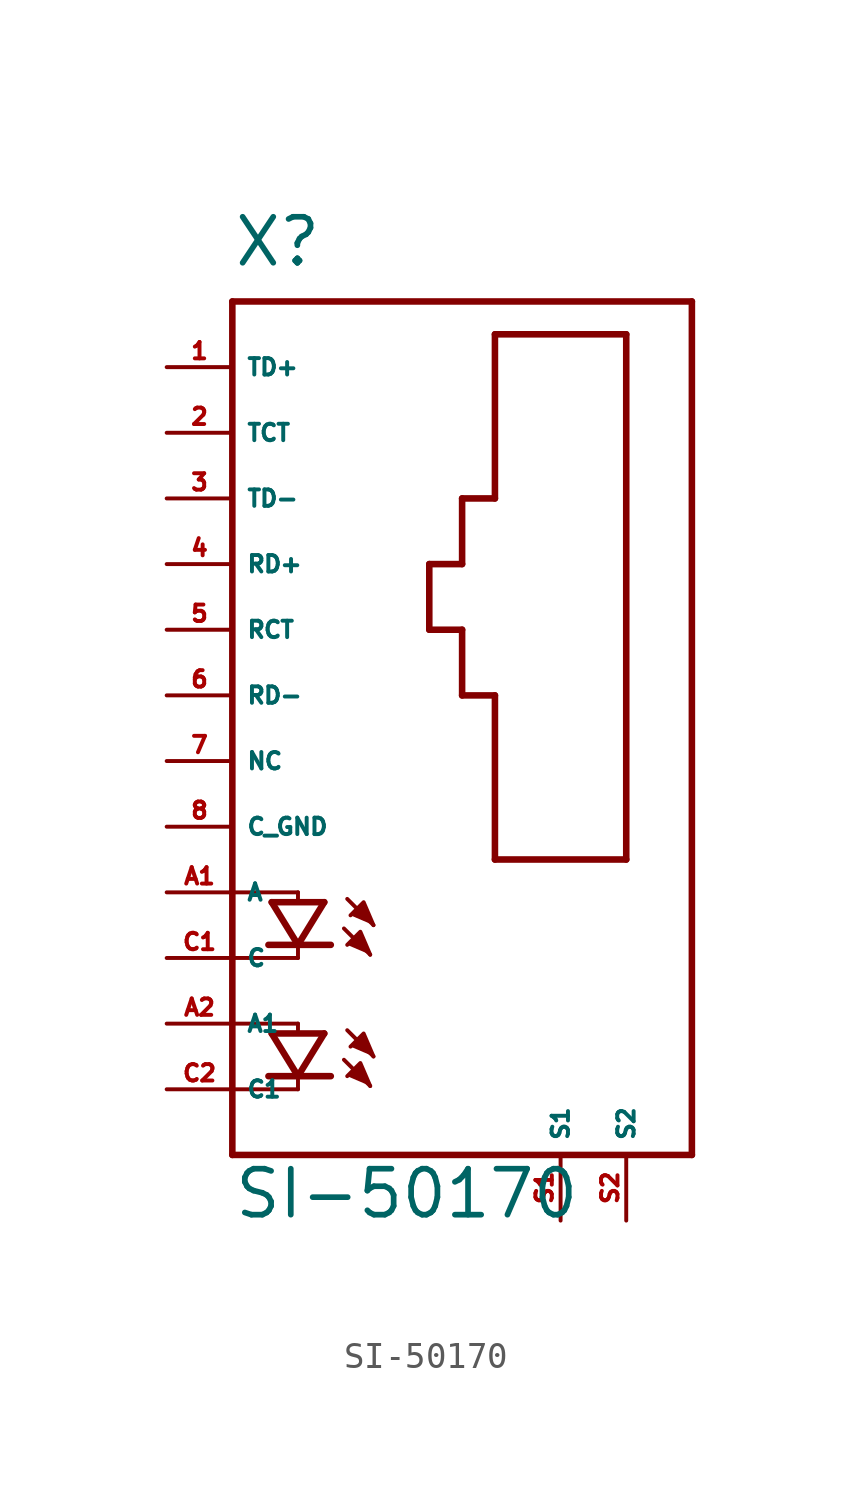
<source format=kicad_sym>
(kicad_symbol_lib
  (version 20220914)
  (generator Eagle2Kicad)
  (symbol "SI-50170"
    (property "Reference" "X"
      (at -7.62 19.05 0)
      (effects (font (size 1.778 1.778) (thickness 0.22)) (justify left bottom)))
    (property "Value" "SI-50170"
      (at -7.62 -17.78 0)
      (effects (font (size 1.778 1.778) (thickness 0.22)) (justify left bottom)))
    (polyline
      (pts (xy -2.159 -6.35) (xy -2.54 -5.461) (xy -3.048 -5.969))
      (stroke (width 0.152) (type default))
      (fill (type outline)))
    (polyline
      (pts (xy -2.286 -7.493) (xy -2.667 -6.604) (xy -3.175 -7.112))
      (stroke (width 0.152) (type default))
      (fill (type outline)))
    (polyline
      (pts (xy -2.159 -11.43) (xy -2.54 -10.541) (xy -3.048 -11.049))
      (stroke (width 0.152) (type default))
      (fill (type outline)))
    (polyline
      (pts (xy -2.286 -12.573) (xy -2.667 -11.684) (xy -3.175 -12.192))
      (stroke (width 0.152) (type default))
      (fill (type outline)))
    (polyline
      (pts (xy -7.62 17.78) (xy -7.62 -5.08))
      (stroke (width 0.254) (type default))
      (fill (type none)))
    (polyline
      (pts (xy -7.62 -5.08) (xy -7.62 -7.62))
      (stroke (width 0.254) (type default))
      (fill (type none)))
    (polyline
      (pts (xy -7.62 -7.62) (xy -7.62 -15.24))
      (stroke (width 0.254) (type default))
      (fill (type none)))
    (polyline
      (pts (xy -7.62 -15.24) (xy 10.16 -15.24))
      (stroke (width 0.254) (type default))
      (fill (type none)))
    (polyline
      (pts (xy 10.16 -15.24) (xy 10.16 17.78))
      (stroke (width 0.254) (type default))
      (fill (type none)))
    (polyline
      (pts (xy 10.16 17.78) (xy -7.62 17.78))
      (stroke (width 0.254) (type default))
      (fill (type none)))
    (polyline
      (pts (xy 7.62 -3.81) (xy 7.62 16.51))
      (stroke (width 0.254) (type default))
      (fill (type none)))
    (polyline
      (pts (xy 7.62 16.51) (xy 2.54 16.51))
      (stroke (width 0.254) (type default))
      (fill (type none)))
    (polyline
      (pts (xy 2.54 16.51) (xy 2.54 10.16))
      (stroke (width 0.254) (type default))
      (fill (type none)))
    (polyline
      (pts (xy 2.54 10.16) (xy 1.27 10.16))
      (stroke (width 0.254) (type default))
      (fill (type none)))
    (polyline
      (pts (xy 1.27 10.16) (xy 1.27 7.62))
      (stroke (width 0.254) (type default))
      (fill (type none)))
    (polyline
      (pts (xy 1.27 7.62) (xy 0 7.62))
      (stroke (width 0.254) (type default))
      (fill (type none)))
    (polyline
      (pts (xy 0 7.62) (xy 0 5.08))
      (stroke (width 0.254) (type default))
      (fill (type none)))
    (polyline
      (pts (xy 0 5.08) (xy 1.27 5.08))
      (stroke (width 0.254) (type default))
      (fill (type none)))
    (polyline
      (pts (xy 1.27 5.08) (xy 1.27 2.54))
      (stroke (width 0.254) (type default))
      (fill (type none)))
    (polyline
      (pts (xy 1.27 2.54) (xy 2.54 2.54))
      (stroke (width 0.254) (type default))
      (fill (type none)))
    (polyline
      (pts (xy 2.54 2.54) (xy 2.54 -3.81))
      (stroke (width 0.254) (type default))
      (fill (type none)))
    (polyline
      (pts (xy 2.54 -3.81) (xy 7.62 -3.81))
      (stroke (width 0.254) (type default))
      (fill (type none)))
    (polyline
      (pts (xy -6.096 -5.461) (xy -5.08 -7.112))
      (stroke (width 0.254) (type default))
      (fill (type none)))
    (polyline
      (pts (xy -5.08 -7.112) (xy -4.064 -5.461))
      (stroke (width 0.254) (type default))
      (fill (type none)))
    (polyline
      (pts (xy -6.223 -7.112) (xy -5.08 -7.112))
      (stroke (width 0.254) (type default))
      (fill (type none)))
    (polyline
      (pts (xy -5.08 -7.112) (xy -3.81 -7.112))
      (stroke (width 0.254) (type default))
      (fill (type none)))
    (polyline
      (pts (xy -6.096 -5.461) (xy -4.064 -5.461))
      (stroke (width 0.254) (type default))
      (fill (type none)))
    (polyline
      (pts (xy -3.175 -5.334) (xy -2.159 -6.35))
      (stroke (width 0.152) (type default))
      (fill (type none)))
    (polyline
      (pts (xy -3.302 -6.477) (xy -2.286 -7.493))
      (stroke (width 0.152) (type default))
      (fill (type none)))
    (polyline
      (pts (xy -5.08 -5.08) (xy -5.08 -5.334))
      (stroke (width 0.152) (type default))
      (fill (type none)))
    (polyline
      (pts (xy -5.08 -7.239) (xy -5.08 -7.62))
      (stroke (width 0.152) (type default))
      (fill (type none)))
    (polyline
      (pts (xy -7.62 -5.08) (xy -5.08 -5.08))
      (stroke (width 0.152) (type default))
      (fill (type none)))
    (polyline
      (pts (xy -5.08 -7.62) (xy -7.62 -7.62))
      (stroke (width 0.152) (type default))
      (fill (type none)))
    (polyline
      (pts (xy -6.096 -10.541) (xy -5.08 -12.192))
      (stroke (width 0.254) (type default))
      (fill (type none)))
    (polyline
      (pts (xy -5.08 -12.192) (xy -4.064 -10.541))
      (stroke (width 0.254) (type default))
      (fill (type none)))
    (polyline
      (pts (xy -6.223 -12.192) (xy -5.08 -12.192))
      (stroke (width 0.254) (type default))
      (fill (type none)))
    (polyline
      (pts (xy -5.08 -12.192) (xy -3.81 -12.192))
      (stroke (width 0.254) (type default))
      (fill (type none)))
    (polyline
      (pts (xy -6.096 -10.541) (xy -4.064 -10.541))
      (stroke (width 0.254) (type default))
      (fill (type none)))
    (polyline
      (pts (xy -3.175 -10.414) (xy -2.159 -11.43))
      (stroke (width 0.152) (type default))
      (fill (type none)))
    (polyline
      (pts (xy -3.302 -11.557) (xy -2.286 -12.573))
      (stroke (width 0.152) (type default))
      (fill (type none)))
    (polyline
      (pts (xy -5.08 -10.16) (xy -5.08 -10.414))
      (stroke (width 0.152) (type default))
      (fill (type none)))
    (polyline
      (pts (xy -5.08 -12.319) (xy -5.08 -12.7))
      (stroke (width 0.152) (type default))
      (fill (type none)))
    (polyline
      (pts (xy -7.62 -10.16) (xy -5.08 -10.16))
      (stroke (width 0.152) (type default))
      (fill (type none)))
    (polyline
      (pts (xy -5.08 -12.7) (xy -7.62 -12.7))
      (stroke (width 0.152) (type default))
      (fill (type none)))
    (pin passive line
      (at -10.16 15.24 0)
      (length 2.54)
      (name "TD+" (effects (font (size 0.635 0.635) (thickness 0.08)) (justify left bottom)))
      (number "1" (effects (font (size 0.635 0.635) (thickness 0.08)) (justify left bottom))))
    (pin passive line
      (at -10.16 12.7 0)
      (length 2.54)
      (name "TCT" (effects (font (size 0.635 0.635) (thickness 0.08)) (justify left bottom)))
      (number "2" (effects (font (size 0.635 0.635) (thickness 0.08)) (justify left bottom))))
    (pin passive line
      (at -10.16 10.16 0)
      (length 2.54)
      (name "TD-" (effects (font (size 0.635 0.635) (thickness 0.08)) (justify left bottom)))
      (number "3" (effects (font (size 0.635 0.635) (thickness 0.08)) (justify left bottom))))
    (pin passive line
      (at -10.16 7.62 0)
      (length 2.54)
      (name "RD+" (effects (font (size 0.635 0.635) (thickness 0.08)) (justify left bottom)))
      (number "4" (effects (font (size 0.635 0.635) (thickness 0.08)) (justify left bottom))))
    (pin passive line
      (at -10.16 5.08 0)
      (length 2.54)
      (name "RCT" (effects (font (size 0.635 0.635) (thickness 0.08)) (justify left bottom)))
      (number "5" (effects (font (size 0.635 0.635) (thickness 0.08)) (justify left bottom))))
    (pin passive line
      (at -10.16 2.54 0)
      (length 2.54)
      (name "RD-" (effects (font (size 0.635 0.635) (thickness 0.08)) (justify left bottom)))
      (number "6" (effects (font (size 0.635 0.635) (thickness 0.08)) (justify left bottom))))
    (pin passive line
      (at -10.16 0 0)
      (length 2.54)
      (name "NC" (effects (font (size 0.635 0.635) (thickness 0.08)) (justify left bottom)))
      (number "7" (effects (font (size 0.635 0.635) (thickness 0.08)) (justify left bottom))))
    (pin passive line
      (at -10.16 -2.54 0)
      (length 2.54)
      (name "C_GND" (effects (font (size 0.635 0.635) (thickness 0.08)) (justify left bottom)))
      (number "8" (effects (font (size 0.635 0.635) (thickness 0.08)) (justify left bottom))))
    (pin passive line
      (at -10.16 -7.62 0)
      (length 2.54)
      (name "C" (effects (font (size 0.635 0.635) (thickness 0.08)) (justify left bottom)))
      (number "C1" (effects (font (size 0.635 0.635) (thickness 0.08)) (justify left bottom))))
    (pin passive line
      (at -10.16 -5.08 0)
      (length 2.54)
      (name "A" (effects (font (size 0.635 0.635) (thickness 0.08)) (justify left bottom)))
      (number "A1" (effects (font (size 0.635 0.635) (thickness 0.08)) (justify left bottom))))
    (pin passive line
      (at -10.16 -12.7 0)
      (length 2.54)
      (name "C1" (effects (font (size 0.635 0.635) (thickness 0.08)) (justify left bottom)))
      (number "C2" (effects (font (size 0.635 0.635) (thickness 0.08)) (justify left bottom))))
    (pin passive line
      (at -10.16 -10.16 0)
      (length 2.54)
      (name "A1" (effects (font (size 0.635 0.635) (thickness 0.08)) (justify left bottom)))
      (number "A2" (effects (font (size 0.635 0.635) (thickness 0.08)) (justify left bottom))))
    (pin passive line
      (at 5.08 -17.78 90)
      (length 2.54)
      (name "S1" (effects (font (size 0.635 0.635) (thickness 0.08)) (justify left bottom)))
      (number "S1" (effects (font (size 0.635 0.635) (thickness 0.08)) (justify left bottom))))
    (pin passive line
      (at 7.62 -17.78 90)
      (length 2.54)
      (name "S2" (effects (font (size 0.635 0.635) (thickness 0.08)) (justify left bottom)))
      (number "S2" (effects (font (size 0.635 0.635) (thickness 0.08)) (justify left bottom))))))
</source>
